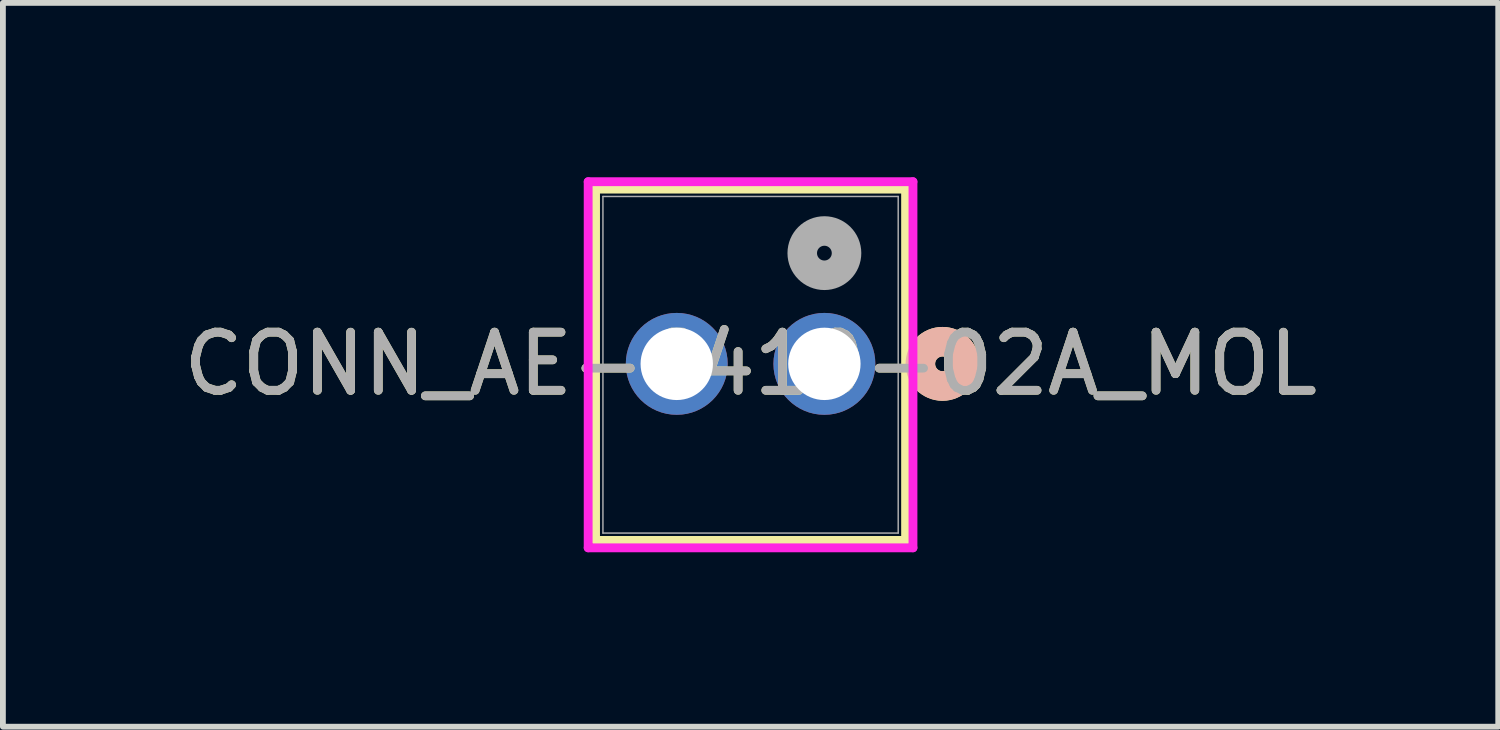
<source format=kicad_pcb>
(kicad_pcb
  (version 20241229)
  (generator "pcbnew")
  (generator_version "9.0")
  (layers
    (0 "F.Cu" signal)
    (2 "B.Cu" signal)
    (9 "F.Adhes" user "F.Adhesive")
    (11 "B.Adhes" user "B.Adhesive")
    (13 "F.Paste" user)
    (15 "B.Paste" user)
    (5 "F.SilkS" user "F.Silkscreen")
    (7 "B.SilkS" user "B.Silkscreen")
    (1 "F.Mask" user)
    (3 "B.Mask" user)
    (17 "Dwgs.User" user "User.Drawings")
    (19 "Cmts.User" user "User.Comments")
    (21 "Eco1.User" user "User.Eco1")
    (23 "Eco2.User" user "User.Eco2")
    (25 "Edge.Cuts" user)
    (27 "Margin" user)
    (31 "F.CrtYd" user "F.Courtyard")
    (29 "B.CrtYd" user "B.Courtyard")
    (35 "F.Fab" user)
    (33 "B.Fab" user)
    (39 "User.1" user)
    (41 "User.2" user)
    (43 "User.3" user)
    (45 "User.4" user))
  (footprint "CONN_AE-6410-02A_MOL"
    (layer "F.Cu")
    (at 11.133 3.21)
    (property "Reference" "CONN_AE-6410-02A_MOL" (at -1.27 0 0) (unlocked yes) (layer "F.SilkS") (effects (font (size 1 1) (thickness 0.15))))
    (attr through_hole)
    (fp_line (start -3.937 -3.007) (end -3.937 3.038) (stroke (width 0.152) (type solid)) (layer "F.SilkS"))
    (fp_line (start -3.937 3.038) (end 1.397 3.038) (stroke (width 0.152) (type solid)) (layer "F.SilkS"))
    (fp_line (start 1.397 -3.007) (end -3.937 -3.007) (stroke (width 0.152) (type solid)) (layer "F.SilkS"))
    (fp_line (start 1.397 3.038) (end 1.397 -3.007) (stroke (width 0.152) (type solid)) (layer "F.SilkS"))
    (fp_circle (center 2.032 0) (end 2.413 0) (stroke (width 0.508) (type solid)) (fill no) (layer "F.SilkS"))
    (fp_circle (center 2.032 0) (end 2.413 0) (stroke (width 0.508) (type solid)) (fill no) (layer "B.SilkS"))
    (fp_line (start -4.064 -3.134) (end -4.064 3.165) (stroke (width 0.152) (type solid)) (layer "F.CrtYd"))
    (fp_line (start -4.064 3.165) (end 1.524 3.165) (stroke (width 0.152) (type solid)) (layer "F.CrtYd"))
    (fp_line (start 1.524 -3.134) (end -4.064 -3.134) (stroke (width 0.152) (type solid)) (layer "F.CrtYd"))
    (fp_line (start 1.524 3.165) (end 1.524 -3.134) (stroke (width 0.152) (type solid)) (layer "F.CrtYd"))
    (fp_line (start -3.81 -2.88) (end -3.81 2.911) (stroke (width 0.025) (type solid)) (layer "F.Fab"))
    (fp_line (start -3.81 2.911) (end 1.27 2.911) (stroke (width 0.025) (type solid)) (layer "F.Fab"))
    (fp_line (start 1.27 -2.88) (end -3.81 -2.88) (stroke (width 0.025) (type solid)) (layer "F.Fab"))
    (fp_line (start 1.27 2.911) (end 1.27 -2.88) (stroke (width 0.025) (type solid)) (layer "F.Fab"))
    (fp_circle (center 0 -1.905) (end 0.381 -1.905) (stroke (width 0.508) (type solid)) (fill no) (layer "F.Fab"))
    (fp_text user "${REFERENCE}" (at -1.27 0 0) (unlocked yes) (layer "F.Fab") (effects (font (size 1 1) (thickness 0.15))))
    (pad "1" thru_hole circle (at 0 0) (size 1.753 1.753) (drill 1.245) (layers "*.Cu" "*.Mask"))
    (pad "2" thru_hole circle (at -2.54 0) (size 1.753 1.753) (drill 1.245) (layers "*.Cu" "*.Mask")))
  (gr_rect
    (start -3 -3)
    (end 22.726 9.452)
    (stroke (width 0.1) (type default))
    (fill no)
    (layer "Edge.Cuts")))
</source>
